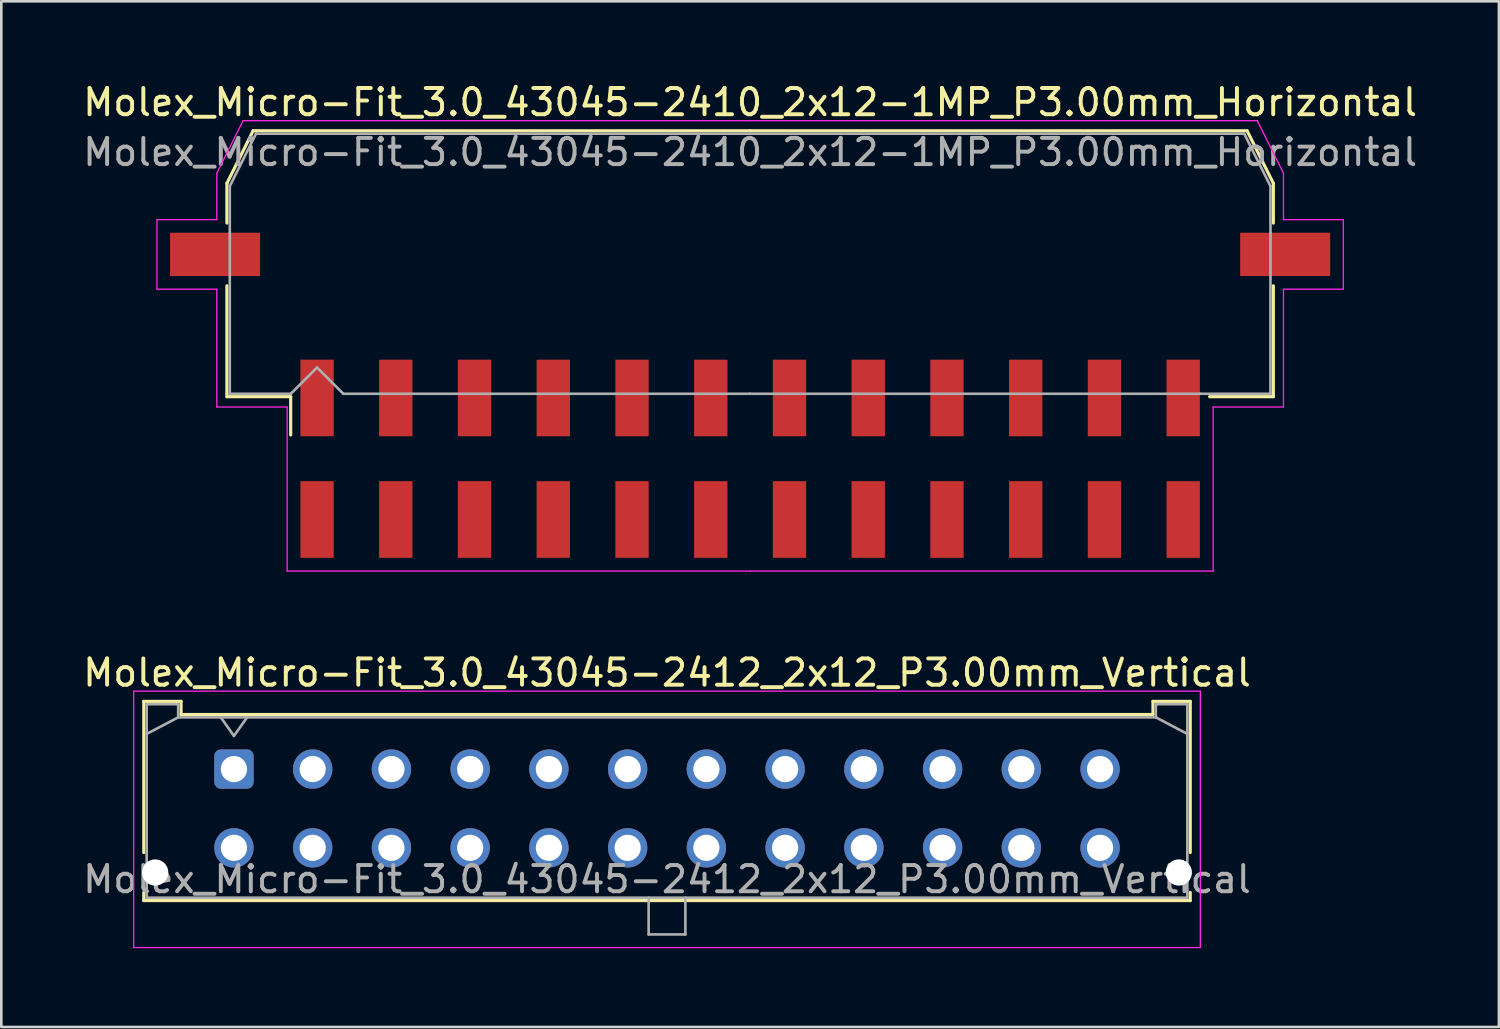
<source format=kicad_pcb>
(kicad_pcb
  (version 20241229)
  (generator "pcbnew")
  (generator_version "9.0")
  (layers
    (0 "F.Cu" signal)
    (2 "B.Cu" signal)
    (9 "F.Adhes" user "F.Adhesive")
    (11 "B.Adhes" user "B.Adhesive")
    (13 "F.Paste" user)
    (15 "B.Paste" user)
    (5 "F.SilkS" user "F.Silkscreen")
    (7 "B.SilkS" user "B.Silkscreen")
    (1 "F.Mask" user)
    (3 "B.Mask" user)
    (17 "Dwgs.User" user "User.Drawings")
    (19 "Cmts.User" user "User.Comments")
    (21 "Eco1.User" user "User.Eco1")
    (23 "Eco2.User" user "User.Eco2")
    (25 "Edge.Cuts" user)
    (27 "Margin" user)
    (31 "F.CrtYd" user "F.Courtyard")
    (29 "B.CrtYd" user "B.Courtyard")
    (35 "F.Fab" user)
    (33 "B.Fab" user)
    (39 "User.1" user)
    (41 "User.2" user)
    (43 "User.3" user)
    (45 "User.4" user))
  (footprint "Molex_Micro-Fit_3.0_43045-2412_2x12_P3.00mm_Vertical"
    (layer "F.Cu")
    (at 5.863 26.252)
    (property "Reference" "Molex_Micro-Fit_3.0_43045-2412_2x12_P3.00mm_Vertical" (at 16.5 -3.67 0) (layer "F.SilkS") (effects (font (size 1 1) (thickness 0.15))))
    (attr through_hole)
    (fp_line (start -3.435 -2.58) (end -2.015 -2.58) (stroke (width 0.12) (type solid)) (layer "F.SilkS"))
    (fp_line (start -3.435 3.18) (end -3.435 -2.58) (stroke (width 0.12) (type solid)) (layer "F.SilkS"))
    (fp_line (start -3.435 4.7) (end -3.435 5.01) (stroke (width 0.12) (type solid)) (layer "F.SilkS"))
    (fp_line (start -3.435 5.01) (end 36.435 5.01) (stroke (width 0.12) (type solid)) (layer "F.SilkS"))
    (fp_line (start -2.015 -2.58) (end -2.015 -2.08) (stroke (width 0.12) (type solid)) (layer "F.SilkS"))
    (fp_line (start -2.015 -2.08) (end 35.015 -2.08) (stroke (width 0.12) (type solid)) (layer "F.SilkS"))
    (fp_line (start 35.015 -2.58) (end 36.435 -2.58) (stroke (width 0.12) (type solid)) (layer "F.SilkS"))
    (fp_line (start 35.015 -2.08) (end 35.015 -2.58) (stroke (width 0.12) (type solid)) (layer "F.SilkS"))
    (fp_line (start 36.435 -2.58) (end 36.435 3.18) (stroke (width 0.12) (type solid)) (layer "F.SilkS"))
    (fp_line (start 36.435 5.01) (end 36.435 4.7) (stroke (width 0.12) (type solid)) (layer "F.SilkS"))
    (fp_line (start -3.82 -2.97) (end 36.82 -2.97) (stroke (width 0.05) (type solid)) (layer "F.CrtYd"))
    (fp_line (start -3.82 6.8) (end -3.82 -2.97) (stroke (width 0.05) (type solid)) (layer "F.CrtYd"))
    (fp_line (start 36.82 -2.97) (end 36.82 6.8) (stroke (width 0.05) (type solid)) (layer "F.CrtYd"))
    (fp_line (start 36.82 6.8) (end -3.82 6.8) (stroke (width 0.05) (type solid)) (layer "F.CrtYd"))
    (fp_line (start -3.325 -2.47) (end -3.325 4.9) (stroke (width 0.1) (type solid)) (layer "F.Fab"))
    (fp_line (start -3.325 -1.34) (end -2.125 -1.97) (stroke (width 0.1) (type solid)) (layer "F.Fab"))
    (fp_line (start -3.325 4.9) (end 36.325 4.9) (stroke (width 0.1) (type solid)) (layer "F.Fab"))
    (fp_line (start -2.125 -2.47) (end -3.325 -2.47) (stroke (width 0.1) (type solid)) (layer "F.Fab"))
    (fp_line (start -2.125 -1.97) (end -2.125 -2.47) (stroke (width 0.1) (type solid)) (layer "F.Fab"))
    (fp_line (start -0.5 -1.97) (end 0 -1.263) (stroke (width 0.1) (type solid)) (layer "F.Fab"))
    (fp_line (start 0 -1.263) (end 0.5 -1.97) (stroke (width 0.1) (type solid)) (layer "F.Fab"))
    (fp_line (start 15.8 4.9) (end 15.8 6.3) (stroke (width 0.1) (type solid)) (layer "F.Fab"))
    (fp_line (start 15.8 6.3) (end 17.2 6.3) (stroke (width 0.1) (type solid)) (layer "F.Fab"))
    (fp_line (start 17.2 6.3) (end 17.2 4.9) (stroke (width 0.1) (type solid)) (layer "F.Fab"))
    (fp_line (start 35.125 -2.47) (end 35.125 -1.97) (stroke (width 0.1) (type solid)) (layer "F.Fab"))
    (fp_line (start 35.125 -1.97) (end -2.125 -1.97) (stroke (width 0.1) (type solid)) (layer "F.Fab"))
    (fp_line (start 36.325 -2.47) (end 35.125 -2.47) (stroke (width 0.1) (type solid)) (layer "F.Fab"))
    (fp_line (start 36.325 -1.34) (end 35.125 -1.97) (stroke (width 0.1) (type solid)) (layer "F.Fab"))
    (fp_line (start 36.325 4.9) (end 36.325 -2.47) (stroke (width 0.1) (type solid)) (layer "F.Fab"))
    (fp_text user "${REFERENCE}" (at 16.5 4.2 0) (layer "F.Fab") (effects (font (size 1 1) (thickness 0.15))))
    (pad "" np_thru_hole circle (at -3 3.94) (size 1 1) (drill 1) (layers "*.Cu" "*.Mask"))
    (pad "" np_thru_hole circle (at 36 3.94) (size 1 1) (drill 1) (layers "*.Cu" "*.Mask"))
    (pad "1" thru_hole roundrect (at 0 0) (size 1.5 1.5) (drill 1) (layers "*.Cu" "*.Mask") (roundrect_rratio 0.167))
    (pad "2" thru_hole circle (at 3 0) (size 1.5 1.5) (drill 1) (layers "*.Cu" "*.Mask"))
    (pad "3" thru_hole circle (at 6 0) (size 1.5 1.5) (drill 1) (layers "*.Cu" "*.Mask"))
    (pad "4" thru_hole circle (at 9 0) (size 1.5 1.5) (drill 1) (layers "*.Cu" "*.Mask"))
    (pad "5" thru_hole circle (at 12 0) (size 1.5 1.5) (drill 1) (layers "*.Cu" "*.Mask"))
    (pad "6" thru_hole circle (at 15 0) (size 1.5 1.5) (drill 1) (layers "*.Cu" "*.Mask"))
    (pad "7" thru_hole circle (at 18 0) (size 1.5 1.5) (drill 1) (layers "*.Cu" "*.Mask"))
    (pad "8" thru_hole circle (at 21 0) (size 1.5 1.5) (drill 1) (layers "*.Cu" "*.Mask"))
    (pad "9" thru_hole circle (at 24 0) (size 1.5 1.5) (drill 1) (layers "*.Cu" "*.Mask"))
    (pad "10" thru_hole circle (at 27 0) (size 1.5 1.5) (drill 1) (layers "*.Cu" "*.Mask"))
    (pad "11" thru_hole circle (at 30 0) (size 1.5 1.5) (drill 1) (layers "*.Cu" "*.Mask"))
    (pad "12" thru_hole circle (at 33 0) (size 1.5 1.5) (drill 1) (layers "*.Cu" "*.Mask"))
    (pad "13" thru_hole circle (at 0 3) (size 1.5 1.5) (drill 1) (layers "*.Cu" "*.Mask"))
    (pad "14" thru_hole circle (at 3 3) (size 1.5 1.5) (drill 1) (layers "*.Cu" "*.Mask"))
    (pad "15" thru_hole circle (at 6 3) (size 1.5 1.5) (drill 1) (layers "*.Cu" "*.Mask"))
    (pad "16" thru_hole circle (at 9 3) (size 1.5 1.5) (drill 1) (layers "*.Cu" "*.Mask"))
    (pad "17" thru_hole circle (at 12 3) (size 1.5 1.5) (drill 1) (layers "*.Cu" "*.Mask"))
    (pad "18" thru_hole circle (at 15 3) (size 1.5 1.5) (drill 1) (layers "*.Cu" "*.Mask"))
    (pad "19" thru_hole circle (at 18 3) (size 1.5 1.5) (drill 1) (layers "*.Cu" "*.Mask"))
    (pad "20" thru_hole circle (at 21 3) (size 1.5 1.5) (drill 1) (layers "*.Cu" "*.Mask"))
    (pad "21" thru_hole circle (at 24 3) (size 1.5 1.5) (drill 1) (layers "*.Cu" "*.Mask"))
    (pad "22" thru_hole circle (at 27 3) (size 1.5 1.5) (drill 1) (layers "*.Cu" "*.Mask"))
    (pad "23" thru_hole circle (at 30 3) (size 1.5 1.5) (drill 1) (layers "*.Cu" "*.Mask"))
    (pad "24" thru_hole circle (at 33 3) (size 1.5 1.5) (drill 1) (layers "*.Cu" "*.Mask")))
  (footprint "Molex_Micro-Fit_3.0_43045-2410_2x12-1MP_P3.00mm_Horizontal"
    (layer "F.Cu")
    (at 25.53 14.428)
    (property "Reference" "Molex_Micro-Fit_3.0_43045-2410_2x12-1MP_P3.00mm_Horizontal" (at 0 -13.58 0) (layer "F.SilkS") (effects (font (size 1 1) (thickness 0.15))))
    (attr smd)
    (fp_line (start -19.935 -10.495) (end -19.935 -8.98) (stroke (width 0.12) (type solid)) (layer "F.SilkS"))
    (fp_line (start -19.935 -6.59) (end -19.935 -2.365) (stroke (width 0.12) (type solid)) (layer "F.SilkS"))
    (fp_line (start -19.935 -2.365) (end -17.505 -2.365) (stroke (width 0.12) (type solid)) (layer "F.SilkS"))
    (fp_line (start -18.935 -12.495) (end -19.935 -10.495) (stroke (width 0.12) (type solid)) (layer "F.SilkS"))
    (fp_line (start -17.505 -2.365) (end -17.505 -0.905) (stroke (width 0.12) (type solid)) (layer "F.SilkS"))
    (fp_line (start 0 -12.495) (end -18.935 -12.495) (stroke (width 0.12) (type solid)) (layer "F.SilkS"))
    (fp_line (start 0 -12.495) (end 18.935 -12.495) (stroke (width 0.12) (type solid)) (layer "F.SilkS"))
    (fp_line (start 18.935 -12.495) (end 19.935 -10.495) (stroke (width 0.12) (type solid)) (layer "F.SilkS"))
    (fp_line (start 19.935 -10.495) (end 19.935 -8.98) (stroke (width 0.12) (type solid)) (layer "F.SilkS"))
    (fp_line (start 19.935 -6.59) (end 19.935 -2.365) (stroke (width 0.12) (type solid)) (layer "F.SilkS"))
    (fp_line (start 19.935 -2.365) (end 17.505 -2.365) (stroke (width 0.12) (type solid)) (layer "F.SilkS"))
    (fp_line (start -22.6 -9.11) (end -22.6 -6.46) (stroke (width 0.05) (type solid)) (layer "F.CrtYd"))
    (fp_line (start -22.6 -6.46) (end -20.32 -6.46) (stroke (width 0.05) (type solid)) (layer "F.CrtYd"))
    (fp_line (start -20.32 -10.88) (end -20.32 -9.11) (stroke (width 0.05) (type solid)) (layer "F.CrtYd"))
    (fp_line (start -20.32 -9.11) (end -22.6 -9.11) (stroke (width 0.05) (type solid)) (layer "F.CrtYd"))
    (fp_line (start -20.32 -6.46) (end -20.32 -1.97) (stroke (width 0.05) (type solid)) (layer "F.CrtYd"))
    (fp_line (start -20.32 -1.97) (end -17.64 -1.97) (stroke (width 0.05) (type solid)) (layer "F.CrtYd"))
    (fp_line (start -19.32 -12.88) (end -20.32 -10.88) (stroke (width 0.05) (type solid)) (layer "F.CrtYd"))
    (fp_line (start -17.64 -1.97) (end -17.64 4.28) (stroke (width 0.05) (type solid)) (layer "F.CrtYd"))
    (fp_line (start -17.64 4.28) (end 0 4.28) (stroke (width 0.05) (type solid)) (layer "F.CrtYd"))
    (fp_line (start 0 -12.88) (end -19.32 -12.88) (stroke (width 0.05) (type solid)) (layer "F.CrtYd"))
    (fp_line (start 0 -12.88) (end 19.32 -12.88) (stroke (width 0.05) (type solid)) (layer "F.CrtYd"))
    (fp_line (start 17.64 -1.97) (end 17.64 4.28) (stroke (width 0.05) (type solid)) (layer "F.CrtYd"))
    (fp_line (start 17.64 4.28) (end 0 4.28) (stroke (width 0.05) (type solid)) (layer "F.CrtYd"))
    (fp_line (start 19.32 -12.88) (end 20.32 -10.88) (stroke (width 0.05) (type solid)) (layer "F.CrtYd"))
    (fp_line (start 20.32 -10.88) (end 20.32 -9.11) (stroke (width 0.05) (type solid)) (layer "F.CrtYd"))
    (fp_line (start 20.32 -9.11) (end 22.6 -9.11) (stroke (width 0.05) (type solid)) (layer "F.CrtYd"))
    (fp_line (start 20.32 -6.46) (end 20.32 -1.97) (stroke (width 0.05) (type solid)) (layer "F.CrtYd"))
    (fp_line (start 20.32 -1.97) (end 17.64 -1.97) (stroke (width 0.05) (type solid)) (layer "F.CrtYd"))
    (fp_line (start 22.6 -9.11) (end 22.6 -6.46) (stroke (width 0.05) (type solid)) (layer "F.CrtYd"))
    (fp_line (start 22.6 -6.46) (end 20.32 -6.46) (stroke (width 0.05) (type solid)) (layer "F.CrtYd"))
    (fp_line (start -19.825 -10.385) (end -19.825 -8.61) (stroke (width 0.1) (type solid)) (layer "F.Fab"))
    (fp_line (start -19.825 -8.61) (end -19.825 -2.475) (stroke (width 0.1) (type solid)) (layer "F.Fab"))
    (fp_line (start -19.825 -2.475) (end -17.5 -2.475) (stroke (width 0.1) (type solid)) (layer "F.Fab"))
    (fp_line (start -18.825 -12.385) (end -19.825 -10.385) (stroke (width 0.1) (type solid)) (layer "F.Fab"))
    (fp_line (start -17.5 -2.475) (end -16.5 -3.475) (stroke (width 0.1) (type solid)) (layer "F.Fab"))
    (fp_line (start -16.5 -3.475) (end -15.5 -2.475) (stroke (width 0.1) (type solid)) (layer "F.Fab"))
    (fp_line (start -15.5 -2.475) (end 0 -2.475) (stroke (width 0.1) (type solid)) (layer "F.Fab"))
    (fp_line (start 0 -12.385) (end -18.825 -12.385) (stroke (width 0.1) (type solid)) (layer "F.Fab"))
    (fp_line (start 0 -12.385) (end 18.825 -12.385) (stroke (width 0.1) (type solid)) (layer "F.Fab"))
    (fp_line (start 17.135 -2.475) (end 0 -2.475) (stroke (width 0.1) (type solid)) (layer "F.Fab"))
    (fp_line (start 18.825 -12.385) (end 19.825 -10.385) (stroke (width 0.1) (type solid)) (layer "F.Fab"))
    (fp_line (start 19.825 -10.385) (end 19.825 -8.61) (stroke (width 0.1) (type solid)) (layer "F.Fab"))
    (fp_line (start 19.825 -8.61) (end 19.825 -2.475) (stroke (width 0.1) (type solid)) (layer "F.Fab"))
    (fp_line (start 19.825 -2.475) (end 17.135 -2.475) (stroke (width 0.1) (type solid)) (layer "F.Fab"))
    (fp_text user "${REFERENCE}" (at 0 -11.68 0) (layer "F.Fab") (effects (font (size 1 1) (thickness 0.15))))
    (pad "1" smd rect (at -16.5 -2.315) (size 1.27 2.92) (layers "F.Cu" "F.Mask" "F.Paste"))
    (pad "2" smd rect (at -13.5 -2.315) (size 1.27 2.92) (layers "F.Cu" "F.Mask" "F.Paste"))
    (pad "3" smd rect (at -10.5 -2.315) (size 1.27 2.92) (layers "F.Cu" "F.Mask" "F.Paste"))
    (pad "4" smd rect (at -7.5 -2.315) (size 1.27 2.92) (layers "F.Cu" "F.Mask" "F.Paste"))
    (pad "5" smd rect (at -4.5 -2.315) (size 1.27 2.92) (layers "F.Cu" "F.Mask" "F.Paste"))
    (pad "6" smd rect (at -1.5 -2.315) (size 1.27 2.92) (layers "F.Cu" "F.Mask" "F.Paste"))
    (pad "7" smd rect (at 1.5 -2.315) (size 1.27 2.92) (layers "F.Cu" "F.Mask" "F.Paste"))
    (pad "8" smd rect (at 4.5 -2.315) (size 1.27 2.92) (layers "F.Cu" "F.Mask" "F.Paste"))
    (pad "9" smd rect (at 7.5 -2.315) (size 1.27 2.92) (layers "F.Cu" "F.Mask" "F.Paste"))
    (pad "10" smd rect (at 10.5 -2.315) (size 1.27 2.92) (layers "F.Cu" "F.Mask" "F.Paste"))
    (pad "11" smd rect (at 13.5 -2.315) (size 1.27 2.92) (layers "F.Cu" "F.Mask" "F.Paste"))
    (pad "12" smd rect (at 16.5 -2.315) (size 1.27 2.92) (layers "F.Cu" "F.Mask" "F.Paste"))
    (pad "13" smd rect (at -16.5 2.315) (size 1.27 2.92) (layers "F.Cu" "F.Mask" "F.Paste"))
    (pad "14" smd rect (at -13.5 2.315) (size 1.27 2.92) (layers "F.Cu" "F.Mask" "F.Paste"))
    (pad "15" smd rect (at -10.5 2.315) (size 1.27 2.92) (layers "F.Cu" "F.Mask" "F.Paste"))
    (pad "16" smd rect (at -7.5 2.315) (size 1.27 2.92) (layers "F.Cu" "F.Mask" "F.Paste"))
    (pad "17" smd rect (at -4.5 2.315) (size 1.27 2.92) (layers "F.Cu" "F.Mask" "F.Paste"))
    (pad "18" smd rect (at -1.5 2.315) (size 1.27 2.92) (layers "F.Cu" "F.Mask" "F.Paste"))
    (pad "19" smd rect (at 1.5 2.315) (size 1.27 2.92) (layers "F.Cu" "F.Mask" "F.Paste"))
    (pad "20" smd rect (at 4.5 2.315) (size 1.27 2.92) (layers "F.Cu" "F.Mask" "F.Paste"))
    (pad "21" smd rect (at 7.5 2.315) (size 1.27 2.92) (layers "F.Cu" "F.Mask" "F.Paste"))
    (pad "22" smd rect (at 10.5 2.315) (size 1.27 2.92) (layers "F.Cu" "F.Mask" "F.Paste"))
    (pad "23" smd rect (at 13.5 2.315) (size 1.27 2.92) (layers "F.Cu" "F.Mask" "F.Paste"))
    (pad "24" smd rect (at 16.5 2.315) (size 1.27 2.92) (layers "F.Cu" "F.Mask" "F.Paste"))
    (pad "MP" smd rect (at -20.385 -7.785) (size 3.43 1.65) (layers "F.Cu" "F.Mask" "F.Paste"))
    (pad "MP" smd rect (at 20.385 -7.785) (size 3.43 1.65) (layers "F.Cu" "F.Mask" "F.Paste")))
  (gr_rect
    (start -3 -3)
    (end 54.06 36.077)
    (stroke (width 0.1) (type default))
    (fill no)
    (layer "Edge.Cuts")))
</source>
